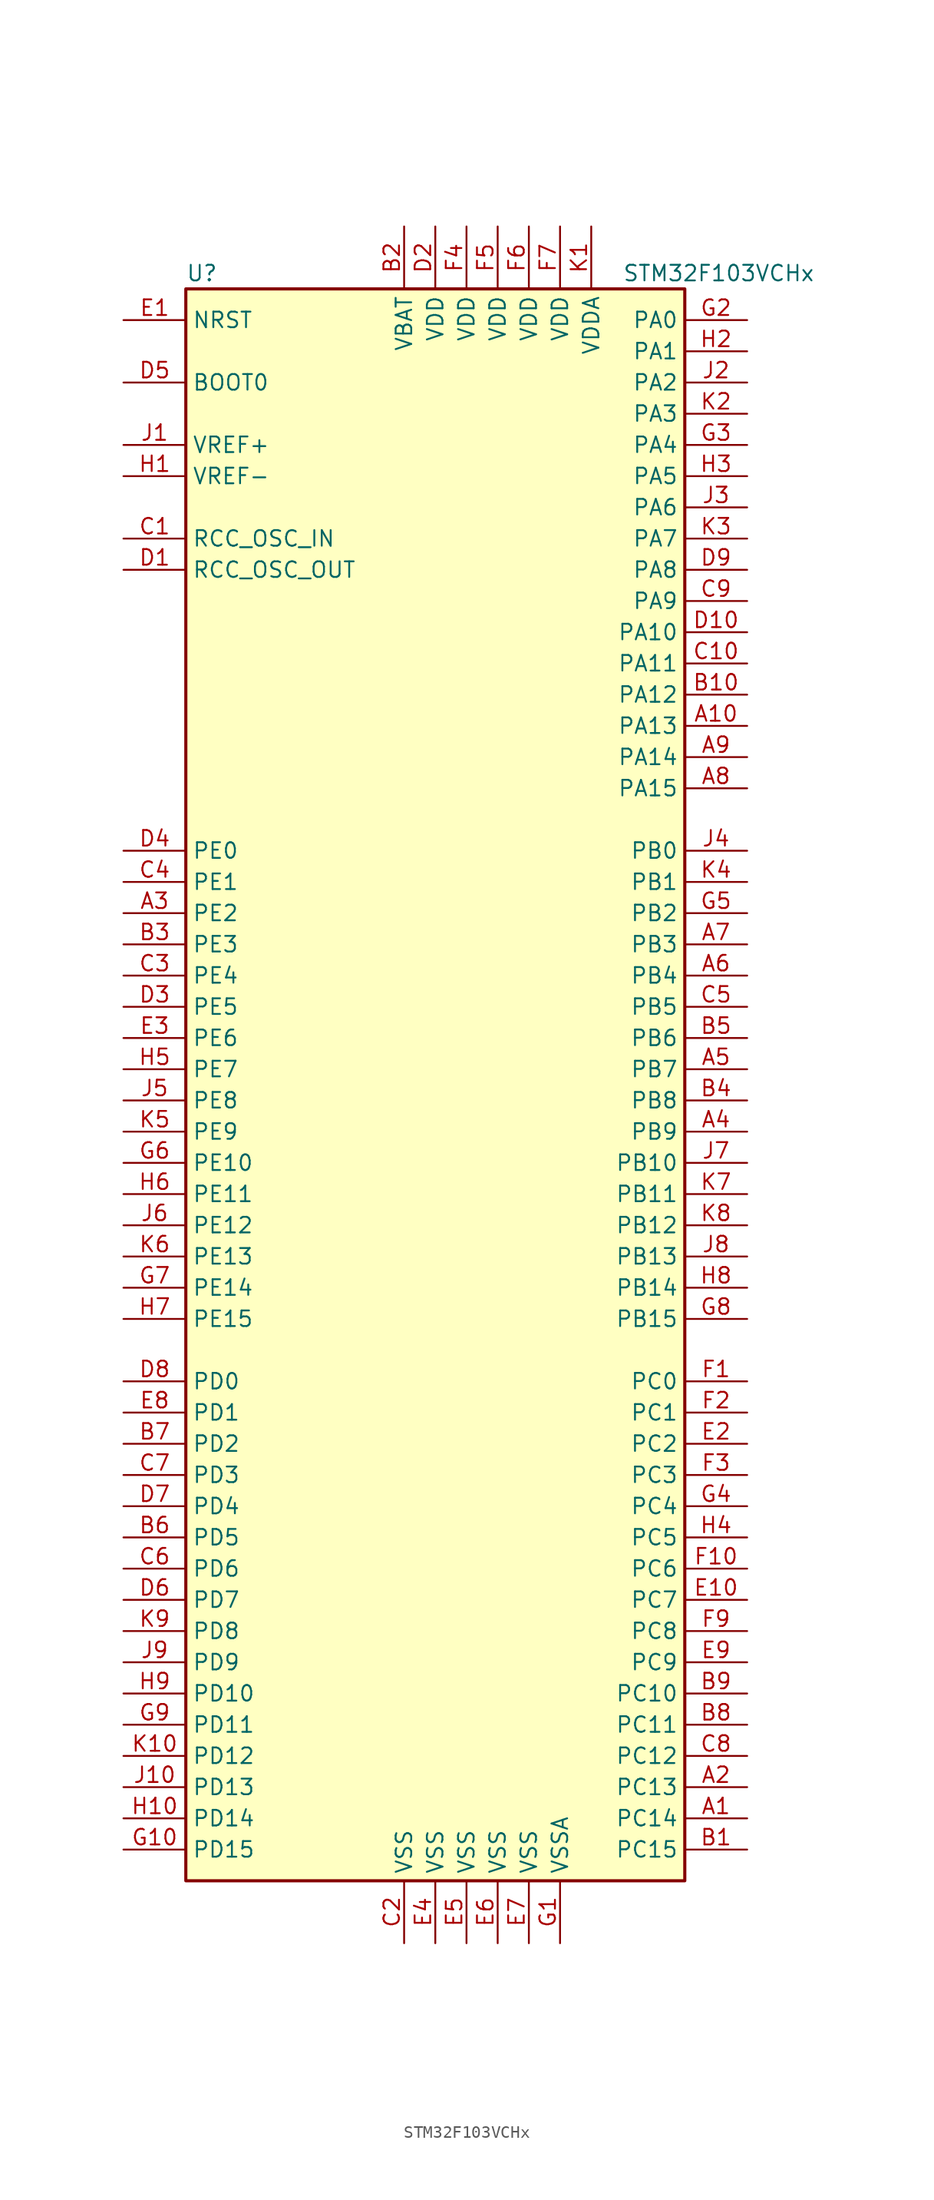
<source format=kicad_sym>
(kicad_symbol_lib
  (version 20201005)
  (generator kicad_symbol_editor)
  (symbol "STM32F103VCHx"
    (property "Reference" "U"
      (at -20.32 64.77 0)
      (effects (font (size 1.27 1.27)) (justify left)))
    (property "Value" "STM32F103VCHx"
      (at 15.24 64.77 0)
      (effects (font (size 1.27 1.27)) (justify left)))
    (symbol "STM32F103VCHx_0_1"
      (rectangle (start -20.32 -66.04) (end 20.32 63.5) (stroke (width 0.254)) (fill (type background))))
    (symbol "STM32F103VCHx_1_1"
      (pin bidirectional line (at 25.4 -60.96 180) (length 5.08) (name "PC14" (effects (font (size 1.27 1.27)))) (number "A1" (effects (font (size 1.27 1.27)))))
      (pin bidirectional line (at 25.4 27.94 180) (length 5.08) (name "PA13" (effects (font (size 1.27 1.27)))) (number "A10" (effects (font (size 1.27 1.27)))))
      (pin bidirectional line (at 25.4 -58.42 180) (length 5.08) (name "PC13" (effects (font (size 1.27 1.27)))) (number "A2" (effects (font (size 1.27 1.27)))))
      (pin bidirectional line (at -25.4 12.7 0) (length 5.08) (name "PE2" (effects (font (size 1.27 1.27)))) (number "A3" (effects (font (size 1.27 1.27)))))
      (pin bidirectional line (at 25.4 -5.08 180) (length 5.08) (name "PB9" (effects (font (size 1.27 1.27)))) (number "A4" (effects (font (size 1.27 1.27)))))
      (pin bidirectional line (at 25.4 0 180) (length 5.08) (name "PB7" (effects (font (size 1.27 1.27)))) (number "A5" (effects (font (size 1.27 1.27)))))
      (pin bidirectional line (at 25.4 7.62 180) (length 5.08) (name "PB4" (effects (font (size 1.27 1.27)))) (number "A6" (effects (font (size 1.27 1.27)))))
      (pin bidirectional line (at 25.4 10.16 180) (length 5.08) (name "PB3" (effects (font (size 1.27 1.27)))) (number "A7" (effects (font (size 1.27 1.27)))))
      (pin bidirectional line (at 25.4 22.86 180) (length 5.08) (name "PA15" (effects (font (size 1.27 1.27)))) (number "A8" (effects (font (size 1.27 1.27)))))
      (pin bidirectional line (at 25.4 25.4 180) (length 5.08) (name "PA14" (effects (font (size 1.27 1.27)))) (number "A9" (effects (font (size 1.27 1.27)))))
      (pin bidirectional line (at 25.4 -63.5 180) (length 5.08) (name "PC15" (effects (font (size 1.27 1.27)))) (number "B1" (effects (font (size 1.27 1.27)))))
      (pin bidirectional line (at 25.4 30.48 180) (length 5.08) (name "PA12" (effects (font (size 1.27 1.27)))) (number "B10" (effects (font (size 1.27 1.27)))))
      (pin power_in line (at -2.54 68.58 270) (length 5.08) (name "VBAT" (effects (font (size 1.27 1.27)))) (number "B2" (effects (font (size 1.27 1.27)))))
      (pin bidirectional line (at -25.4 10.16 0) (length 5.08) (name "PE3" (effects (font (size 1.27 1.27)))) (number "B3" (effects (font (size 1.27 1.27)))))
      (pin bidirectional line (at 25.4 -2.54 180) (length 5.08) (name "PB8" (effects (font (size 1.27 1.27)))) (number "B4" (effects (font (size 1.27 1.27)))))
      (pin bidirectional line (at 25.4 2.54 180) (length 5.08) (name "PB6" (effects (font (size 1.27 1.27)))) (number "B5" (effects (font (size 1.27 1.27)))))
      (pin bidirectional line (at -25.4 -38.1 0) (length 5.08) (name "PD5" (effects (font (size 1.27 1.27)))) (number "B6" (effects (font (size 1.27 1.27)))))
      (pin bidirectional line (at -25.4 -30.48 0) (length 5.08) (name "PD2" (effects (font (size 1.27 1.27)))) (number "B7" (effects (font (size 1.27 1.27)))))
      (pin bidirectional line (at 25.4 -53.34 180) (length 5.08) (name "PC11" (effects (font (size 1.27 1.27)))) (number "B8" (effects (font (size 1.27 1.27)))))
      (pin bidirectional line (at 25.4 -50.8 180) (length 5.08) (name "PC10" (effects (font (size 1.27 1.27)))) (number "B9" (effects (font (size 1.27 1.27)))))
      (pin input line (at -25.4 43.18 0) (length 5.08) (name "RCC_OSC_IN" (effects (font (size 1.27 1.27)))) (number "C1" (effects (font (size 1.27 1.27)))))
      (pin bidirectional line (at 25.4 33.02 180) (length 5.08) (name "PA11" (effects (font (size 1.27 1.27)))) (number "C10" (effects (font (size 1.27 1.27)))))
      (pin power_in line (at -2.54 -71.12 90) (length 5.08) (name "VSS" (effects (font (size 1.27 1.27)))) (number "C2" (effects (font (size 1.27 1.27)))))
      (pin bidirectional line (at -25.4 7.62 0) (length 5.08) (name "PE4" (effects (font (size 1.27 1.27)))) (number "C3" (effects (font (size 1.27 1.27)))))
      (pin bidirectional line (at -25.4 15.24 0) (length 5.08) (name "PE1" (effects (font (size 1.27 1.27)))) (number "C4" (effects (font (size 1.27 1.27)))))
      (pin bidirectional line (at 25.4 5.08 180) (length 5.08) (name "PB5" (effects (font (size 1.27 1.27)))) (number "C5" (effects (font (size 1.27 1.27)))))
      (pin bidirectional line (at -25.4 -40.64 0) (length 5.08) (name "PD6" (effects (font (size 1.27 1.27)))) (number "C6" (effects (font (size 1.27 1.27)))))
      (pin bidirectional line (at -25.4 -33.02 0) (length 5.08) (name "PD3" (effects (font (size 1.27 1.27)))) (number "C7" (effects (font (size 1.27 1.27)))))
      (pin bidirectional line (at 25.4 -55.88 180) (length 5.08) (name "PC12" (effects (font (size 1.27 1.27)))) (number "C8" (effects (font (size 1.27 1.27)))))
      (pin bidirectional line (at 25.4 38.1 180) (length 5.08) (name "PA9" (effects (font (size 1.27 1.27)))) (number "C9" (effects (font (size 1.27 1.27)))))
      (pin input line (at -25.4 40.64 0) (length 5.08) (name "RCC_OSC_OUT" (effects (font (size 1.27 1.27)))) (number "D1" (effects (font (size 1.27 1.27)))))
      (pin bidirectional line (at 25.4 35.56 180) (length 5.08) (name "PA10" (effects (font (size 1.27 1.27)))) (number "D10" (effects (font (size 1.27 1.27)))))
      (pin power_in line (at 0 68.58 270) (length 5.08) (name "VDD" (effects (font (size 1.27 1.27)))) (number "D2" (effects (font (size 1.27 1.27)))))
      (pin bidirectional line (at -25.4 5.08 0) (length 5.08) (name "PE5" (effects (font (size 1.27 1.27)))) (number "D3" (effects (font (size 1.27 1.27)))))
      (pin bidirectional line (at -25.4 17.78 0) (length 5.08) (name "PE0" (effects (font (size 1.27 1.27)))) (number "D4" (effects (font (size 1.27 1.27)))))
      (pin input line (at -25.4 55.88 0) (length 5.08) (name "BOOT0" (effects (font (size 1.27 1.27)))) (number "D5" (effects (font (size 1.27 1.27)))))
      (pin bidirectional line (at -25.4 -43.18 0) (length 5.08) (name "PD7" (effects (font (size 1.27 1.27)))) (number "D6" (effects (font (size 1.27 1.27)))))
      (pin bidirectional line (at -25.4 -35.56 0) (length 5.08) (name "PD4" (effects (font (size 1.27 1.27)))) (number "D7" (effects (font (size 1.27 1.27)))))
      (pin bidirectional line (at -25.4 -25.4 0) (length 5.08) (name "PD0" (effects (font (size 1.27 1.27)))) (number "D8" (effects (font (size 1.27 1.27)))))
      (pin bidirectional line (at 25.4 40.64 180) (length 5.08) (name "PA8" (effects (font (size 1.27 1.27)))) (number "D9" (effects (font (size 1.27 1.27)))))
      (pin input line (at -25.4 60.96 0) (length 5.08) (name "NRST" (effects (font (size 1.27 1.27)))) (number "E1" (effects (font (size 1.27 1.27)))))
      (pin bidirectional line (at 25.4 -43.18 180) (length 5.08) (name "PC7" (effects (font (size 1.27 1.27)))) (number "E10" (effects (font (size 1.27 1.27)))))
      (pin bidirectional line (at 25.4 -30.48 180) (length 5.08) (name "PC2" (effects (font (size 1.27 1.27)))) (number "E2" (effects (font (size 1.27 1.27)))))
      (pin bidirectional line (at -25.4 2.54 0) (length 5.08) (name "PE6" (effects (font (size 1.27 1.27)))) (number "E3" (effects (font (size 1.27 1.27)))))
      (pin power_in line (at 0 -71.12 90) (length 5.08) (name "VSS" (effects (font (size 1.27 1.27)))) (number "E4" (effects (font (size 1.27 1.27)))))
      (pin power_in line (at 2.54 -71.12 90) (length 5.08) (name "VSS" (effects (font (size 1.27 1.27)))) (number "E5" (effects (font (size 1.27 1.27)))))
      (pin power_in line (at 5.08 -71.12 90) (length 5.08) (name "VSS" (effects (font (size 1.27 1.27)))) (number "E6" (effects (font (size 1.27 1.27)))))
      (pin power_in line (at 7.62 -71.12 90) (length 5.08) (name "VSS" (effects (font (size 1.27 1.27)))) (number "E7" (effects (font (size 1.27 1.27)))))
      (pin bidirectional line (at -25.4 -27.94 0) (length 5.08) (name "PD1" (effects (font (size 1.27 1.27)))) (number "E8" (effects (font (size 1.27 1.27)))))
      (pin bidirectional line (at 25.4 -48.26 180) (length 5.08) (name "PC9" (effects (font (size 1.27 1.27)))) (number "E9" (effects (font (size 1.27 1.27)))))
      (pin bidirectional line (at 25.4 -25.4 180) (length 5.08) (name "PC0" (effects (font (size 1.27 1.27)))) (number "F1" (effects (font (size 1.27 1.27)))))
      (pin bidirectional line (at 25.4 -40.64 180) (length 5.08) (name "PC6" (effects (font (size 1.27 1.27)))) (number "F10" (effects (font (size 1.27 1.27)))))
      (pin bidirectional line (at 25.4 -27.94 180) (length 5.08) (name "PC1" (effects (font (size 1.27 1.27)))) (number "F2" (effects (font (size 1.27 1.27)))))
      (pin bidirectional line (at 25.4 -33.02 180) (length 5.08) (name "PC3" (effects (font (size 1.27 1.27)))) (number "F3" (effects (font (size 1.27 1.27)))))
      (pin power_in line (at 2.54 68.58 270) (length 5.08) (name "VDD" (effects (font (size 1.27 1.27)))) (number "F4" (effects (font (size 1.27 1.27)))))
      (pin power_in line (at 5.08 68.58 270) (length 5.08) (name "VDD" (effects (font (size 1.27 1.27)))) (number "F5" (effects (font (size 1.27 1.27)))))
      (pin power_in line (at 7.62 68.58 270) (length 5.08) (name "VDD" (effects (font (size 1.27 1.27)))) (number "F6" (effects (font (size 1.27 1.27)))))
      (pin power_in line (at 10.16 68.58 270) (length 5.08) (name "VDD" (effects (font (size 1.27 1.27)))) (number "F7" (effects (font (size 1.27 1.27)))))
      (pin no_connect line (at -20.32 -63.5 0) (length 5.08) hide (name "NC" (effects (font (size 1.27 1.27)))) (number "F8" (effects (font (size 1.27 1.27)))))
      (pin bidirectional line (at 25.4 -45.72 180) (length 5.08) (name "PC8" (effects (font (size 1.27 1.27)))) (number "F9" (effects (font (size 1.27 1.27)))))
      (pin power_in line (at 10.16 -71.12 90) (length 5.08) (name "VSSA" (effects (font (size 1.27 1.27)))) (number "G1" (effects (font (size 1.27 1.27)))))
      (pin bidirectional line (at -25.4 -63.5 0) (length 5.08) (name "PD15" (effects (font (size 1.27 1.27)))) (number "G10" (effects (font (size 1.27 1.27)))))
      (pin bidirectional line (at 25.4 60.96 180) (length 5.08) (name "PA0" (effects (font (size 1.27 1.27)))) (number "G2" (effects (font (size 1.27 1.27)))))
      (pin bidirectional line (at 25.4 50.8 180) (length 5.08) (name "PA4" (effects (font (size 1.27 1.27)))) (number "G3" (effects (font (size 1.27 1.27)))))
      (pin bidirectional line (at 25.4 -35.56 180) (length 5.08) (name "PC4" (effects (font (size 1.27 1.27)))) (number "G4" (effects (font (size 1.27 1.27)))))
      (pin bidirectional line (at 25.4 12.7 180) (length 5.08) (name "PB2" (effects (font (size 1.27 1.27)))) (number "G5" (effects (font (size 1.27 1.27)))))
      (pin bidirectional line (at -25.4 -7.62 0) (length 5.08) (name "PE10" (effects (font (size 1.27 1.27)))) (number "G6" (effects (font (size 1.27 1.27)))))
      (pin bidirectional line (at -25.4 -17.78 0) (length 5.08) (name "PE14" (effects (font (size 1.27 1.27)))) (number "G7" (effects (font (size 1.27 1.27)))))
      (pin bidirectional line (at 25.4 -20.32 180) (length 5.08) (name "PB15" (effects (font (size 1.27 1.27)))) (number "G8" (effects (font (size 1.27 1.27)))))
      (pin bidirectional line (at -25.4 -53.34 0) (length 5.08) (name "PD11" (effects (font (size 1.27 1.27)))) (number "G9" (effects (font (size 1.27 1.27)))))
      (pin power_in line (at -25.4 48.26 0) (length 5.08) (name "VREF-" (effects (font (size 1.27 1.27)))) (number "H1" (effects (font (size 1.27 1.27)))))
      (pin bidirectional line (at -25.4 -60.96 0) (length 5.08) (name "PD14" (effects (font (size 1.27 1.27)))) (number "H10" (effects (font (size 1.27 1.27)))))
      (pin bidirectional line (at 25.4 58.42 180) (length 5.08) (name "PA1" (effects (font (size 1.27 1.27)))) (number "H2" (effects (font (size 1.27 1.27)))))
      (pin bidirectional line (at 25.4 48.26 180) (length 5.08) (name "PA5" (effects (font (size 1.27 1.27)))) (number "H3" (effects (font (size 1.27 1.27)))))
      (pin bidirectional line (at 25.4 -38.1 180) (length 5.08) (name "PC5" (effects (font (size 1.27 1.27)))) (number "H4" (effects (font (size 1.27 1.27)))))
      (pin bidirectional line (at -25.4 0 0) (length 5.08) (name "PE7" (effects (font (size 1.27 1.27)))) (number "H5" (effects (font (size 1.27 1.27)))))
      (pin bidirectional line (at -25.4 -10.16 0) (length 5.08) (name "PE11" (effects (font (size 1.27 1.27)))) (number "H6" (effects (font (size 1.27 1.27)))))
      (pin bidirectional line (at -25.4 -20.32 0) (length 5.08) (name "PE15" (effects (font (size 1.27 1.27)))) (number "H7" (effects (font (size 1.27 1.27)))))
      (pin bidirectional line (at 25.4 -17.78 180) (length 5.08) (name "PB14" (effects (font (size 1.27 1.27)))) (number "H8" (effects (font (size 1.27 1.27)))))
      (pin bidirectional line (at -25.4 -50.8 0) (length 5.08) (name "PD10" (effects (font (size 1.27 1.27)))) (number "H9" (effects (font (size 1.27 1.27)))))
      (pin power_in line (at -25.4 50.8 0) (length 5.08) (name "VREF+" (effects (font (size 1.27 1.27)))) (number "J1" (effects (font (size 1.27 1.27)))))
      (pin bidirectional line (at -25.4 -58.42 0) (length 5.08) (name "PD13" (effects (font (size 1.27 1.27)))) (number "J10" (effects (font (size 1.27 1.27)))))
      (pin bidirectional line (at 25.4 55.88 180) (length 5.08) (name "PA2" (effects (font (size 1.27 1.27)))) (number "J2" (effects (font (size 1.27 1.27)))))
      (pin bidirectional line (at 25.4 45.72 180) (length 5.08) (name "PA6" (effects (font (size 1.27 1.27)))) (number "J3" (effects (font (size 1.27 1.27)))))
      (pin bidirectional line (at 25.4 17.78 180) (length 5.08) (name "PB0" (effects (font (size 1.27 1.27)))) (number "J4" (effects (font (size 1.27 1.27)))))
      (pin bidirectional line (at -25.4 -2.54 0) (length 5.08) (name "PE8" (effects (font (size 1.27 1.27)))) (number "J5" (effects (font (size 1.27 1.27)))))
      (pin bidirectional line (at -25.4 -12.7 0) (length 5.08) (name "PE12" (effects (font (size 1.27 1.27)))) (number "J6" (effects (font (size 1.27 1.27)))))
      (pin bidirectional line (at 25.4 -7.62 180) (length 5.08) (name "PB10" (effects (font (size 1.27 1.27)))) (number "J7" (effects (font (size 1.27 1.27)))))
      (pin bidirectional line (at 25.4 -15.24 180) (length 5.08) (name "PB13" (effects (font (size 1.27 1.27)))) (number "J8" (effects (font (size 1.27 1.27)))))
      (pin bidirectional line (at -25.4 -48.26 0) (length 5.08) (name "PD9" (effects (font (size 1.27 1.27)))) (number "J9" (effects (font (size 1.27 1.27)))))
      (pin power_in line (at 12.7 68.58 270) (length 5.08) (name "VDDA" (effects (font (size 1.27 1.27)))) (number "K1" (effects (font (size 1.27 1.27)))))
      (pin bidirectional line (at -25.4 -55.88 0) (length 5.08) (name "PD12" (effects (font (size 1.27 1.27)))) (number "K10" (effects (font (size 1.27 1.27)))))
      (pin bidirectional line (at 25.4 53.34 180) (length 5.08) (name "PA3" (effects (font (size 1.27 1.27)))) (number "K2" (effects (font (size 1.27 1.27)))))
      (pin bidirectional line (at 25.4 43.18 180) (length 5.08) (name "PA7" (effects (font (size 1.27 1.27)))) (number "K3" (effects (font (size 1.27 1.27)))))
      (pin bidirectional line (at 25.4 15.24 180) (length 5.08) (name "PB1" (effects (font (size 1.27 1.27)))) (number "K4" (effects (font (size 1.27 1.27)))))
      (pin bidirectional line (at -25.4 -5.08 0) (length 5.08) (name "PE9" (effects (font (size 1.27 1.27)))) (number "K5" (effects (font (size 1.27 1.27)))))
      (pin bidirectional line (at -25.4 -15.24 0) (length 5.08) (name "PE13" (effects (font (size 1.27 1.27)))) (number "K6" (effects (font (size 1.27 1.27)))))
      (pin bidirectional line (at 25.4 -10.16 180) (length 5.08) (name "PB11" (effects (font (size 1.27 1.27)))) (number "K7" (effects (font (size 1.27 1.27)))))
      (pin bidirectional line (at 25.4 -12.7 180) (length 5.08) (name "PB12" (effects (font (size 1.27 1.27)))) (number "K8" (effects (font (size 1.27 1.27)))))
      (pin bidirectional line (at -25.4 -45.72 0) (length 5.08) (name "PD8" (effects (font (size 1.27 1.27)))) (number "K9" (effects (font (size 1.27 1.27))))))))
</source>
